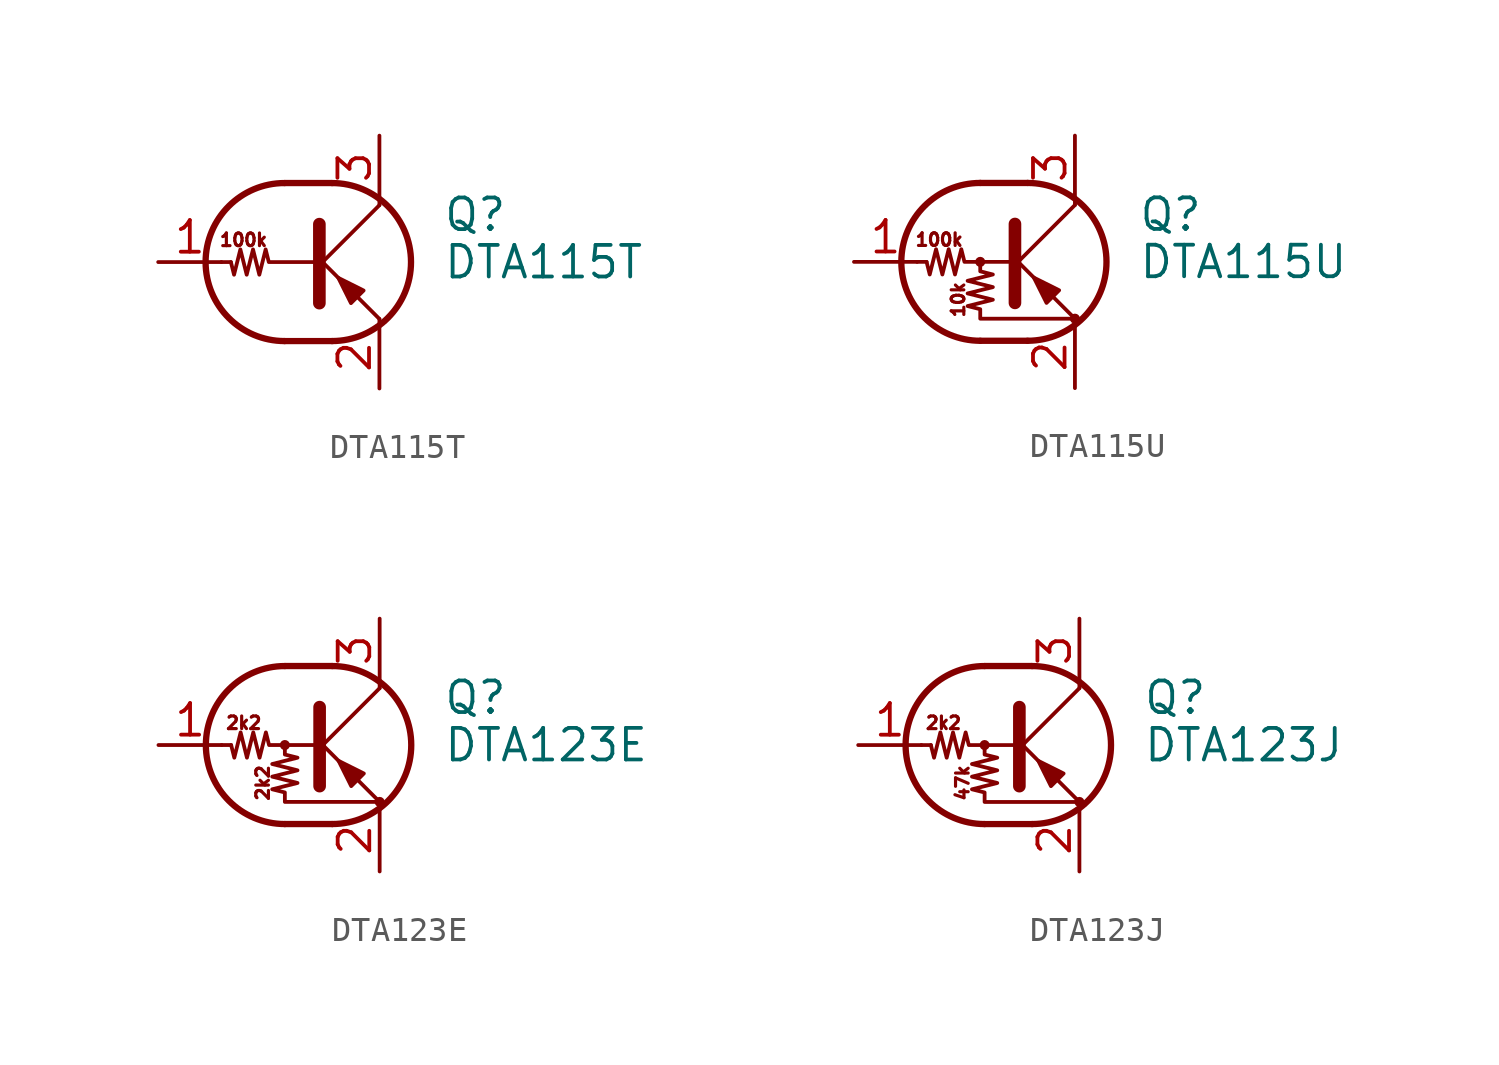
<source format=kicad_sym>
(kicad_symbol_lib
  (version 20200908)
  (generator kicad_symbol_editor)
  (symbol "Transistor_BJT:DTA115T"
    (pin_names
      (offset 0) hide)
    (property "Reference" "Q"
      (at 5.08 1.905 0)
      (effects (font (size 1.27 1.27)) (justify left)))
    (property "Value" "DTA115T"
      (at 5.08 0 0)
      (effects (font (size 1.27 1.27)) (justify left)))
    (symbol "DTA115T_0_1"
      (arc (start -1.27 3.175) (end -1.27 -3.175) (radius (at -1.27 0) (length 3.175) (angles 90.1 -90.1)) (stroke (width 0.254)) (fill (type none)))
      (arc (start 0.635 -3.175) (end 0.635 3.175) (radius (at 0.635 0) (length 3.175) (angles -89.9 89.9)) (stroke (width 0.254)) (fill (type none)))
      (polyline (pts (xy -3.429 0) (xy -3.81 0)) (stroke (width 0)) (fill (type none)))
      (polyline (pts (xy -1.27 -3.175) (xy 0.635 -3.175)) (stroke (width 0.254)) (fill (type none)))
      (polyline (pts (xy -1.27 3.175) (xy 0.635 3.175)) (stroke (width 0.254)) (fill (type none)))
      (polyline (pts (xy 0 -0.254) (xy 2.54 2.286)) (stroke (width 0)) (fill (type none)))
      (polyline (pts (xy 0.127 1.524) (xy 0.127 -1.651)) (stroke (width 0.508)) (fill (type outline)))
      (polyline (pts (xy 2.54 2.286) (xy 2.54 2.54)) (stroke (width 0)) (fill (type none)))
      (polyline (pts (xy 2.54 -2.286) (xy 0 0.254) (xy 0 0.254)) (stroke (width 0)) (fill (type none)))
      (polyline (pts (xy 1.397 -1.651) (xy 1.905 -1.143) (xy 0.889 -0.635) (xy 1.397 -1.651)) (stroke (width 0)) (fill (type outline)))
      (polyline (pts (xy 0 0) (xy -1.905 0) (xy -2.032 0.508) (xy -2.286 -0.508) (xy -2.54 0.508) (xy -2.794 -0.508) (xy -3.048 0.508) (xy -3.302 -0.508) (xy -3.429 0)) (stroke (width 0)) (fill (type none))))
    (symbol "DTA115T_0_0"
      (text "100k" (at -2.921 0.889 0) (effects (font (size 0.508 0.508))))
      (polyline (pts (xy 2.54 -2.286) (xy 2.54 -2.54)) (stroke (width 0)) (fill (type none))))
    (symbol "DTA115T_1_1"
      (pin input line (at -6.35 0 0) (length 2.54) (name "B" (effects (font (size 1.27 1.27)))) (number "1" (effects (font (size 1.27 1.27)))))
      (pin passive line (at 2.54 -5.08 90) (length 2.54) (name "E" (effects (font (size 1.27 1.27)))) (number "2" (effects (font (size 1.27 1.27)))))
      (pin passive line (at 2.54 5.08 270) (length 2.54) (name "C" (effects (font (size 1.27 1.27)))) (number "3" (effects (font (size 1.27 1.27)))))))
  (symbol "Transistor_BJT:DTA115U"
    (pin_names
      (offset 0) hide)
    (property "Reference" "Q"
      (at 5.08 1.905 0)
      (effects (font (size 1.27 1.27)) (justify left)))
    (property "Value" "DTA115U"
      (at 5.08 0 0)
      (effects (font (size 1.27 1.27)) (justify left)))
    (symbol "DTA115U_0_1"
      (arc (start -1.27 3.175) (end -1.27 -3.175) (radius (at -1.27 0) (length 3.175) (angles 90.1 -90.1)) (stroke (width 0.254)) (fill (type none)))
      (arc (start 0.635 -3.175) (end 0.635 3.175) (radius (at 0.635 0) (length 3.175) (angles -89.9 89.9)) (stroke (width 0.254)) (fill (type none)))
      (circle (center -1.27 0) (radius 0.127) (stroke (width 0)) (fill (type none)))
      (circle (center 2.54 -2.286) (radius 0.127) (stroke (width 0)) (fill (type none)))
      (polyline (pts (xy -3.429 0) (xy -3.81 0)) (stroke (width 0)) (fill (type none)))
      (polyline (pts (xy -1.27 -3.175) (xy 0.635 -3.175)) (stroke (width 0.254)) (fill (type none)))
      (polyline (pts (xy -1.27 3.175) (xy 0.635 3.175)) (stroke (width 0.254)) (fill (type none)))
      (polyline (pts (xy 0 -0.254) (xy 2.54 2.286)) (stroke (width 0)) (fill (type none)))
      (polyline (pts (xy 0.127 1.524) (xy 0.127 -1.651)) (stroke (width 0.508)) (fill (type outline)))
      (polyline (pts (xy 2.54 2.286) (xy 2.54 2.54)) (stroke (width 0)) (fill (type none)))
      (polyline (pts (xy 2.54 -2.286) (xy 0 0.254) (xy 0 0.254)) (stroke (width 0)) (fill (type none)))
      (polyline (pts (xy 1.397 -1.651) (xy 1.905 -1.143) (xy 0.889 -0.635) (xy 1.397 -1.651)) (stroke (width 0)) (fill (type outline)))
      (polyline (pts (xy 0 0) (xy -1.905 0) (xy -2.032 0.508) (xy -2.286 -0.508) (xy -2.54 0.508) (xy -2.794 -0.508) (xy -3.048 0.508) (xy -3.302 -0.508) (xy -3.429 0)) (stroke (width 0)) (fill (type none)))
      (polyline (pts (xy -1.27 0) (xy -1.27 -0.381) (xy -0.762 -0.508) (xy -1.778 -0.762) (xy -0.762 -1.016) (xy -1.778 -1.27) (xy -0.762 -1.524) (xy -1.778 -1.778) (xy -1.27 -1.905) (xy -1.27 -2.286) (xy 2.54 -2.286)) (stroke (width 0)) (fill (type none))))
    (symbol "DTA115U_0_0"
      (text "100k" (at -2.921 0.889 0) (effects (font (size 0.508 0.508))))
      (text "10k" (at -2.159 -1.524 900) (effects (font (size 0.508 0.508)))))
    (symbol "DTA115U_1_1"
      (pin input line (at -6.35 0 0) (length 2.54) (name "B" (effects (font (size 1.27 1.27)))) (number "1" (effects (font (size 1.27 1.27)))))
      (pin passive line (at 2.54 -5.08 90) (length 2.54) (name "E" (effects (font (size 1.27 1.27)))) (number "2" (effects (font (size 1.27 1.27)))))
      (pin passive line (at 2.54 5.08 270) (length 2.54) (name "C" (effects (font (size 1.27 1.27)))) (number "3" (effects (font (size 1.27 1.27)))))))
  (symbol "Transistor_BJT:DTA123E"
    (pin_names
      (offset 0) hide)
    (property "Reference" "Q"
      (at 5.08 1.905 0)
      (effects (font (size 1.27 1.27)) (justify left)))
    (property "Value" "DTA123E"
      (at 5.08 0 0)
      (effects (font (size 1.27 1.27)) (justify left)))
    (symbol "DTA123E_0_1"
      (arc (start -1.27 3.175) (end -1.27 -3.175) (radius (at -1.27 0) (length 3.175) (angles 90.1 -90.1)) (stroke (width 0.254)) (fill (type none)))
      (arc (start 0.635 -3.175) (end 0.635 3.175) (radius (at 0.635 0) (length 3.175) (angles -89.9 89.9)) (stroke (width 0.254)) (fill (type none)))
      (circle (center -1.27 0) (radius 0.127) (stroke (width 0)) (fill (type none)))
      (circle (center 2.54 -2.286) (radius 0.127) (stroke (width 0)) (fill (type none)))
      (polyline (pts (xy -3.429 0) (xy -3.81 0)) (stroke (width 0)) (fill (type none)))
      (polyline (pts (xy -1.27 -3.175) (xy 0.635 -3.175)) (stroke (width 0.254)) (fill (type none)))
      (polyline (pts (xy -1.27 3.175) (xy 0.635 3.175)) (stroke (width 0.254)) (fill (type none)))
      (polyline (pts (xy 0 -0.254) (xy 2.54 2.286)) (stroke (width 0)) (fill (type none)))
      (polyline (pts (xy 0.127 1.524) (xy 0.127 -1.651)) (stroke (width 0.508)) (fill (type outline)))
      (polyline (pts (xy 2.54 2.286) (xy 2.54 2.54)) (stroke (width 0)) (fill (type none)))
      (polyline (pts (xy 2.54 -2.286) (xy 0 0.254) (xy 0 0.254)) (stroke (width 0)) (fill (type none)))
      (polyline (pts (xy 1.397 -1.651) (xy 1.905 -1.143) (xy 0.889 -0.635) (xy 1.397 -1.651)) (stroke (width 0)) (fill (type outline)))
      (polyline (pts (xy 0 0) (xy -1.905 0) (xy -2.032 0.508) (xy -2.286 -0.508) (xy -2.54 0.508) (xy -2.794 -0.508) (xy -3.048 0.508) (xy -3.302 -0.508) (xy -3.429 0)) (stroke (width 0)) (fill (type none)))
      (polyline (pts (xy -1.27 0) (xy -1.27 -0.381) (xy -0.762 -0.508) (xy -1.778 -0.762) (xy -0.762 -1.016) (xy -1.778 -1.27) (xy -0.762 -1.524) (xy -1.778 -1.778) (xy -1.27 -1.905) (xy -1.27 -2.286) (xy 2.54 -2.286)) (stroke (width 0)) (fill (type none))))
    (symbol "DTA123E_0_0"
      (text "2k2" (at -2.921 0.889 0) (effects (font (size 0.508 0.508))))
      (text "2k2" (at -2.159 -1.524 900) (effects (font (size 0.508 0.508)))))
    (symbol "DTA123E_1_1"
      (pin input line (at -6.35 0 0) (length 2.54) (name "B" (effects (font (size 1.27 1.27)))) (number "1" (effects (font (size 1.27 1.27)))))
      (pin passive line (at 2.54 -5.08 90) (length 2.54) (name "E" (effects (font (size 1.27 1.27)))) (number "2" (effects (font (size 1.27 1.27)))))
      (pin passive line (at 2.54 5.08 270) (length 2.54) (name "C" (effects (font (size 1.27 1.27)))) (number "3" (effects (font (size 1.27 1.27)))))))
  (symbol "Transistor_BJT:DTA123J"
    (pin_names
      (offset 0) hide)
    (property "Reference" "Q"
      (at 5.08 1.905 0)
      (effects (font (size 1.27 1.27)) (justify left)))
    (property "Value" "DTA123J"
      (at 5.08 0 0)
      (effects (font (size 1.27 1.27)) (justify left)))
    (symbol "DTA123J_0_1"
      (arc (start -1.27 3.175) (end -1.27 -3.175) (radius (at -1.27 0) (length 3.175) (angles 90.1 -90.1)) (stroke (width 0.254)) (fill (type none)))
      (arc (start 0.635 -3.175) (end 0.635 3.175) (radius (at 0.635 0) (length 3.175) (angles -89.9 89.9)) (stroke (width 0.254)) (fill (type none)))
      (circle (center -1.27 0) (radius 0.127) (stroke (width 0)) (fill (type none)))
      (circle (center 2.54 -2.286) (radius 0.127) (stroke (width 0)) (fill (type none)))
      (polyline (pts (xy -3.429 0) (xy -3.81 0)) (stroke (width 0)) (fill (type none)))
      (polyline (pts (xy -1.27 -3.175) (xy 0.635 -3.175)) (stroke (width 0.254)) (fill (type none)))
      (polyline (pts (xy -1.27 3.175) (xy 0.635 3.175)) (stroke (width 0.254)) (fill (type none)))
      (polyline (pts (xy 0 -0.254) (xy 2.54 2.286)) (stroke (width 0)) (fill (type none)))
      (polyline (pts (xy 0.127 1.524) (xy 0.127 -1.651)) (stroke (width 0.508)) (fill (type outline)))
      (polyline (pts (xy 2.54 2.286) (xy 2.54 2.54)) (stroke (width 0)) (fill (type none)))
      (polyline (pts (xy 2.54 -2.286) (xy 0 0.254) (xy 0 0.254)) (stroke (width 0)) (fill (type none)))
      (polyline (pts (xy 1.397 -1.651) (xy 1.905 -1.143) (xy 0.889 -0.635) (xy 1.397 -1.651)) (stroke (width 0)) (fill (type outline)))
      (polyline (pts (xy 0 0) (xy -1.905 0) (xy -2.032 0.508) (xy -2.286 -0.508) (xy -2.54 0.508) (xy -2.794 -0.508) (xy -3.048 0.508) (xy -3.302 -0.508) (xy -3.429 0)) (stroke (width 0)) (fill (type none)))
      (polyline (pts (xy -1.27 0) (xy -1.27 -0.381) (xy -0.762 -0.508) (xy -1.778 -0.762) (xy -0.762 -1.016) (xy -1.778 -1.27) (xy -0.762 -1.524) (xy -1.778 -1.778) (xy -1.27 -1.905) (xy -1.27 -2.286) (xy 2.54 -2.286)) (stroke (width 0)) (fill (type none))))
    (symbol "DTA123J_0_0"
      (text "2k2" (at -2.921 0.889 0) (effects (font (size 0.508 0.508))))
      (text "47k" (at -2.159 -1.524 900) (effects (font (size 0.508 0.508)))))
    (symbol "DTA123J_1_1"
      (pin input line (at -6.35 0 0) (length 2.54) (name "B" (effects (font (size 1.27 1.27)))) (number "1" (effects (font (size 1.27 1.27)))))
      (pin passive line (at 2.54 -5.08 90) (length 2.54) (name "E" (effects (font (size 1.27 1.27)))) (number "2" (effects (font (size 1.27 1.27)))))
      (pin passive line (at 2.54 5.08 270) (length 2.54) (name "C" (effects (font (size 1.27 1.27)))) (number "3" (effects (font (size 1.27 1.27))))))))
</source>
